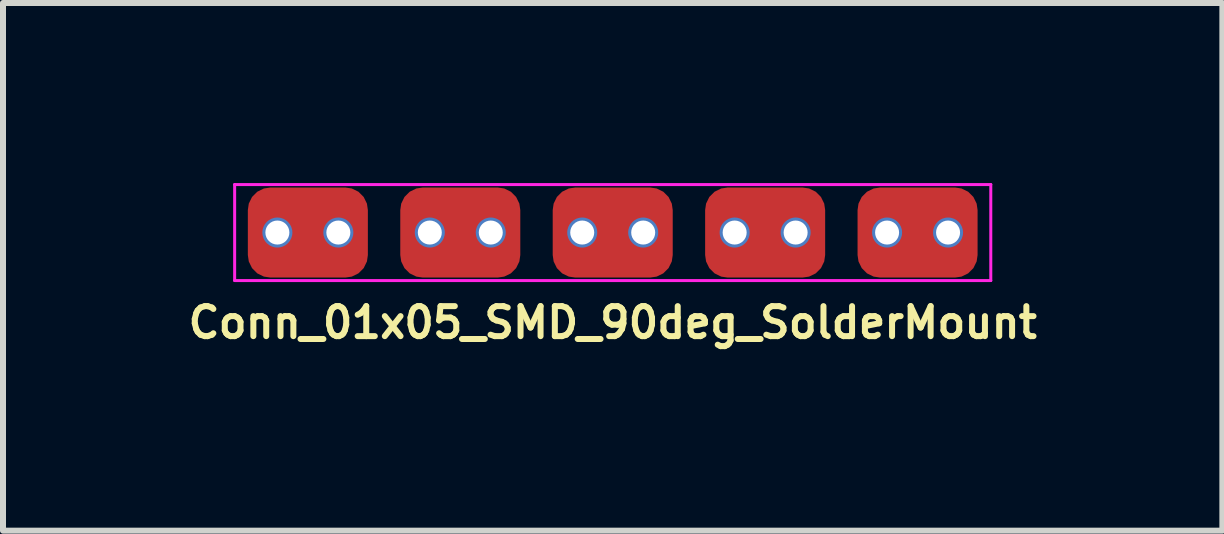
<source format=kicad_pcb>
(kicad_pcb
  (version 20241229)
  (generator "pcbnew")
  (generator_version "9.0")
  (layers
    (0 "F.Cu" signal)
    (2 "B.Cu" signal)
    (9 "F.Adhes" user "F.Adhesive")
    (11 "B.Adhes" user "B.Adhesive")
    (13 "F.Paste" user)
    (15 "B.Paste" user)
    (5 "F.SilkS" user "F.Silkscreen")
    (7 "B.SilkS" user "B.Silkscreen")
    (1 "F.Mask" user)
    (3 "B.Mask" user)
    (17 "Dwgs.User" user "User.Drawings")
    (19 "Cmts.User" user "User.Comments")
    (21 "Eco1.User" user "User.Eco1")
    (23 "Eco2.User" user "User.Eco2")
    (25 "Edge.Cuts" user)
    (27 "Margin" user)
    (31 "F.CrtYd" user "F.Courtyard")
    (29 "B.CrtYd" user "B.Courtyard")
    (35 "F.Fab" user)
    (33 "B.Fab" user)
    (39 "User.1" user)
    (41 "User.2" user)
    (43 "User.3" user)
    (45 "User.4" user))
  (footprint "Conn_01x05_SMD_90deg_SolderMount"
    (layer "F.Cu")
    (at 7.16 0.825)
    (property "Reference" "Conn_01x05_SMD_90deg_SolderMount" (at 0 1.5 0) (layer "F.SilkS") (effects (font (size 0.5 0.5) (thickness 0.1))))
    (attr smd)
    (fp_line (start -6.3 -0.8) (end 6.3 -0.8) (stroke (width 0.05) (type solid)) (layer "F.CrtYd"))
    (fp_line (start -6.3 0.8) (end -6.3 -0.8) (stroke (width 0.05) (type solid)) (layer "F.CrtYd"))
    (fp_line (start 6.3 -0.8) (end 6.3 0.8) (stroke (width 0.05) (type solid)) (layer "F.CrtYd"))
    (fp_line (start 6.3 0.8) (end -6.3 0.8) (stroke (width 0.05) (type solid)) (layer "F.CrtYd"))
    (pad "1" thru_hole circle (at -5.588 0) (size 0.5 0.5) (drill 0.4) (layers "*.Cu" "*.Mask"))
    (pad "1" connect roundrect (at -5.08 0) (size 2 1.5) (layers "*.Mask" "F.Cu") (roundrect_rratio 0.25))
    (pad "1" thru_hole circle (at -4.572 0) (size 0.5 0.5) (drill 0.4) (layers "*.Cu" "*.Mask"))
    (pad "2" thru_hole circle (at -3.048 0) (size 0.5 0.5) (drill 0.4) (layers "*.Cu" "*.Mask"))
    (pad "2" connect roundrect (at -2.54 0) (size 2 1.5) (layers "*.Mask" "F.Cu") (roundrect_rratio 0.25))
    (pad "2" thru_hole circle (at -2.032 0) (size 0.5 0.5) (drill 0.4) (layers "*.Cu" "*.Mask"))
    (pad "3" thru_hole circle (at -0.508 0) (size 0.5 0.5) (drill 0.4) (layers "*.Cu" "*.Mask"))
    (pad "3" connect roundrect (at 0 0) (size 2 1.5) (layers "*.Mask" "F.Cu") (roundrect_rratio 0.25))
    (pad "3" thru_hole circle (at 0.508 0) (size 0.5 0.5) (drill 0.4) (layers "*.Cu" "*.Mask"))
    (pad "4" thru_hole circle (at 2.032 0) (size 0.5 0.5) (drill 0.4) (layers "*.Cu" "*.Mask"))
    (pad "4" connect roundrect (at 2.54 0) (size 2 1.5) (layers "*.Mask" "F.Cu") (roundrect_rratio 0.25))
    (pad "4" thru_hole circle (at 3.048 0) (size 0.5 0.5) (drill 0.4) (layers "*.Cu" "*.Mask"))
    (pad "5" thru_hole circle (at 4.572 0) (size 0.5 0.5) (drill 0.4) (layers "*.Cu" "*.Mask"))
    (pad "5" connect roundrect (at 5.08 0) (size 2 1.5) (layers "*.Mask" "F.Cu") (roundrect_rratio 0.25))
    (pad "5" thru_hole circle (at 5.588 0) (size 0.5 0.5) (drill 0.4) (layers "*.Cu" "*.Mask")))
  (gr_rect
    (start -3 -3)
    (end 17.319 5.793)
    (stroke (width 0.1) (type default))
    (fill no)
    (layer "Edge.Cuts")))
</source>
